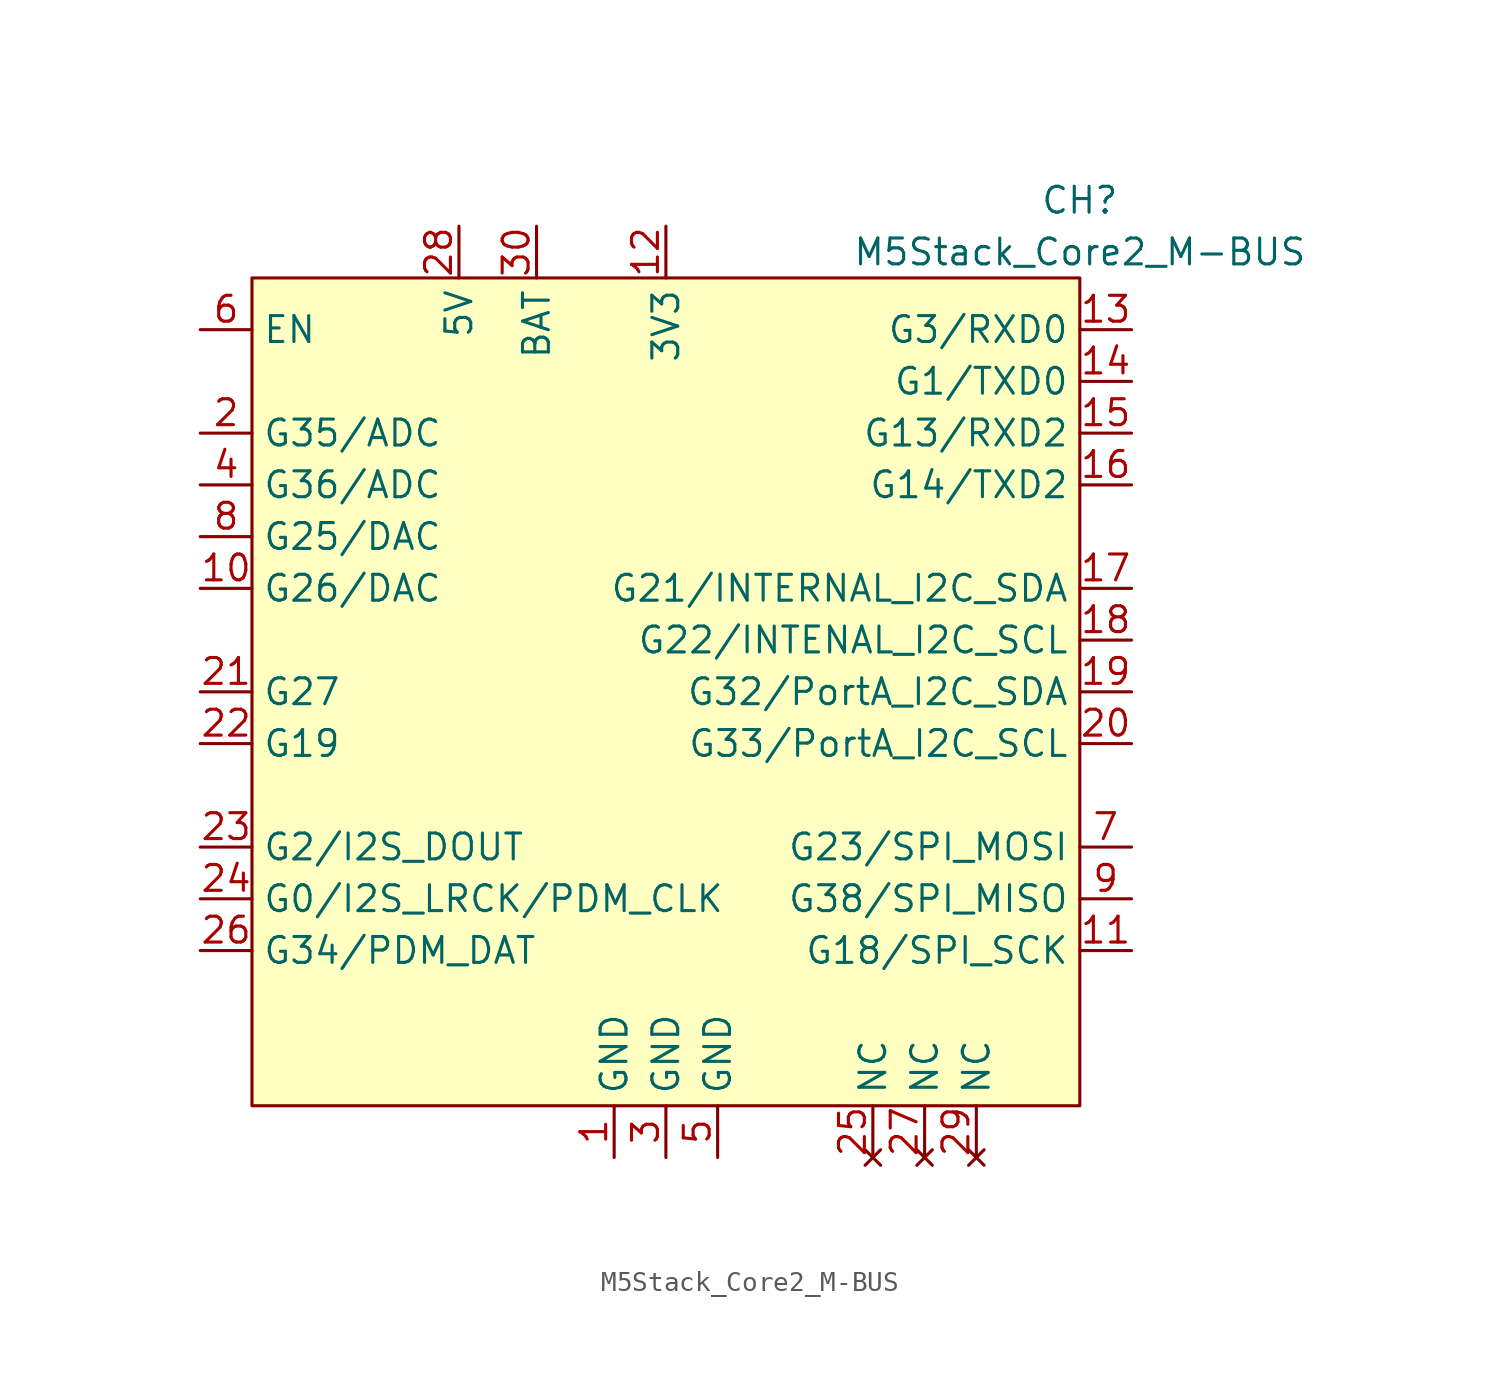
<source format=kicad_sym>
(kicad_symbol_lib
  (version 20220914)
  (generator kicad_symbol_editor)
  (symbol "M5Stack_Core2_M-BUS"
    (property "Reference" "CH"
      (at 20.32 20.32 0)
      (effects (font (size 1.27 1.27))))
    (property "Value" "M5Stack_Core2_M-BUS"
      (at 20.32 17.78 0)
      (effects (font (size 1.27 1.27))))
    (symbol "M5Stack_Core2_M-BUS_1_1"
      (rectangle (start -20.32 16.51) (end 20.32 -24.13) (stroke (width 0) (type default)) (fill (type background)))
      (pin unspecified line (at -2.54 -26.67 90) (length 2.54) (name "GND" (effects (font (size 1.27 1.27)))) (number "1" (effects (font (size 1.27 1.27)))))
      (pin bidirectional line (at -22.86 1.27 0) (length 2.54) (name "G26/DAC" (effects (font (size 1.27 1.27)))) (number "10" (effects (font (size 1.27 1.27)))))
      (pin input line (at 22.86 -16.51 180) (length 2.54) (name "G18/SPI_SCK" (effects (font (size 1.27 1.27)))) (number "11" (effects (font (size 1.27 1.27)))))
      (pin unspecified line (at 0 19.05 270) (length 2.54) (name "3V3" (effects (font (size 1.27 1.27)))) (number "12" (effects (font (size 1.27 1.27)))))
      (pin bidirectional line (at 22.86 13.97 180) (length 2.54) (name "G3/RXD0" (effects (font (size 1.27 1.27)))) (number "13" (effects (font (size 1.27 1.27)))))
      (pin bidirectional line (at 22.86 11.43 180) (length 2.54) (name "G1/TXD0" (effects (font (size 1.27 1.27)))) (number "14" (effects (font (size 1.27 1.27)))))
      (pin bidirectional line (at 22.86 8.89 180) (length 2.54) (name "G13/RXD2" (effects (font (size 1.27 1.27)))) (number "15" (effects (font (size 1.27 1.27)))))
      (pin bidirectional line (at 22.86 6.35 180) (length 2.54) (name "G14/TXD2" (effects (font (size 1.27 1.27)))) (number "16" (effects (font (size 1.27 1.27)))))
      (pin bidirectional line (at 22.86 1.27 180) (length 2.54) (name "G21/INTERNAL_I2C_SDA" (effects (font (size 1.27 1.27)))) (number "17" (effects (font (size 1.27 1.27)))))
      (pin bidirectional line (at 22.86 -1.27 180) (length 2.54) (name "G22/INTENAL_I2C_SCL" (effects (font (size 1.27 1.27)))) (number "18" (effects (font (size 1.27 1.27)))))
      (pin bidirectional line (at 22.86 -3.81 180) (length 2.54) (name "G32/PortA_I2C_SDA" (effects (font (size 1.27 1.27)))) (number "19" (effects (font (size 1.27 1.27)))))
      (pin bidirectional line (at -22.86 8.89 0) (length 2.54) (name "G35/ADC" (effects (font (size 1.27 1.27)))) (number "2" (effects (font (size 1.27 1.27)))))
      (pin bidirectional line (at 22.86 -6.35 180) (length 2.54) (name "G33/PortA_I2C_SCL" (effects (font (size 1.27 1.27)))) (number "20" (effects (font (size 1.27 1.27)))))
      (pin bidirectional line (at -22.86 -3.81 0) (length 2.54) (name "G27" (effects (font (size 1.27 1.27)))) (number "21" (effects (font (size 1.27 1.27)))))
      (pin bidirectional line (at -22.86 -6.35 0) (length 2.54) (name "G19" (effects (font (size 1.27 1.27)))) (number "22" (effects (font (size 1.27 1.27)))))
      (pin bidirectional line (at -22.86 -11.43 0) (length 2.54) (name "G2/I2S_DOUT" (effects (font (size 1.27 1.27)))) (number "23" (effects (font (size 1.27 1.27)))))
      (pin bidirectional line (at -22.86 -13.97 0) (length 2.54) (name "G0/I2S_LRCK/PDM_CLK" (effects (font (size 1.27 1.27)))) (number "24" (effects (font (size 1.27 1.27)))))
      (pin no_connect line (at 10.16 -26.67 90) (length 2.54) (name "NC" (effects (font (size 1.27 1.27)))) (number "25" (effects (font (size 1.27 1.27)))))
      (pin bidirectional line (at -22.86 -16.51 0) (length 2.54) (name "G34/PDM_DAT" (effects (font (size 1.27 1.27)))) (number "26" (effects (font (size 1.27 1.27)))))
      (pin no_connect line (at 12.7 -26.67 90) (length 2.54) (name "NC" (effects (font (size 1.27 1.27)))) (number "27" (effects (font (size 1.27 1.27)))))
      (pin unspecified line (at -10.16 19.05 270) (length 2.54) (name "5V" (effects (font (size 1.27 1.27)))) (number "28" (effects (font (size 1.27 1.27)))))
      (pin no_connect line (at 15.24 -26.67 90) (length 2.54) (name "NC" (effects (font (size 1.27 1.27)))) (number "29" (effects (font (size 1.27 1.27)))))
      (pin unspecified line (at 0 -26.67 90) (length 2.54) (name "GND" (effects (font (size 1.27 1.27)))) (number "3" (effects (font (size 1.27 1.27)))))
      (pin unspecified line (at -6.35 19.05 270) (length 2.54) (name "BAT" (effects (font (size 1.27 1.27)))) (number "30" (effects (font (size 1.27 1.27)))))
      (pin bidirectional line (at -22.86 6.35 0) (length 2.54) (name "G36/ADC" (effects (font (size 1.27 1.27)))) (number "4" (effects (font (size 1.27 1.27)))))
      (pin unspecified line (at 2.54 -26.67 90) (length 2.54) (name "GND" (effects (font (size 1.27 1.27)))) (number "5" (effects (font (size 1.27 1.27)))))
      (pin input line (at -22.86 13.97 0) (length 2.54) (name "EN" (effects (font (size 1.27 1.27)))) (number "6" (effects (font (size 1.27 1.27)))))
      (pin input line (at 22.86 -11.43 180) (length 2.54) (name "G23/SPI_MOSI" (effects (font (size 1.27 1.27)))) (number "7" (effects (font (size 1.27 1.27)))))
      (pin bidirectional line (at -22.86 3.81 0) (length 2.54) (name "G25/DAC" (effects (font (size 1.27 1.27)))) (number "8" (effects (font (size 1.27 1.27)))))
      (pin output line (at 22.86 -13.97 180) (length 2.54) (name "G38/SPI_MISO" (effects (font (size 1.27 1.27)))) (number "9" (effects (font (size 1.27 1.27))))))))
</source>
